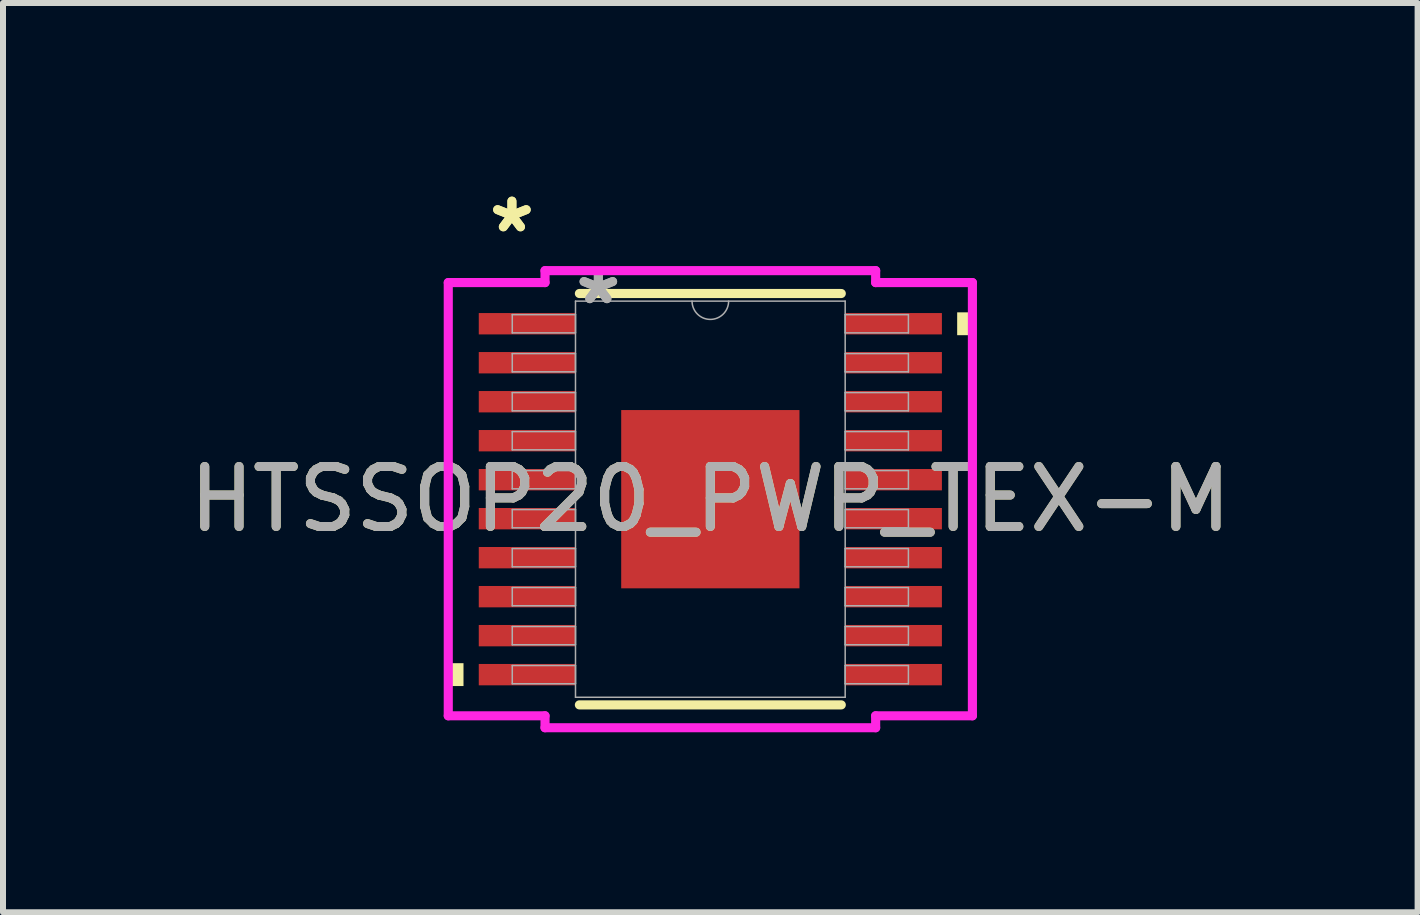
<source format=kicad_pcb>
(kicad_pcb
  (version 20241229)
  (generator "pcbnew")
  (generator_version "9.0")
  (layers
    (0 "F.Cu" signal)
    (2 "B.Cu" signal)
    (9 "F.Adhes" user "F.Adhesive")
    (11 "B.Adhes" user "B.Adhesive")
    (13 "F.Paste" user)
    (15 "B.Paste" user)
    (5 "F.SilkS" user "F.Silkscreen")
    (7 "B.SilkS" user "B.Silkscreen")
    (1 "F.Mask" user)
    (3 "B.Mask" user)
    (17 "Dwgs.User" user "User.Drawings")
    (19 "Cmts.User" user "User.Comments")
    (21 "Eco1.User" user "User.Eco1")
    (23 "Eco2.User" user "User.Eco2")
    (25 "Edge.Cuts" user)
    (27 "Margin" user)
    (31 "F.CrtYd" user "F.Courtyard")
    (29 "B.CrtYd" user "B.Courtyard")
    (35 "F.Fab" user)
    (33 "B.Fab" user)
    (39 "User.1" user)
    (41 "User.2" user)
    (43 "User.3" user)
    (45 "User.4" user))
  (footprint "HTSSOP20_PWP_TEX-M"
    (layer "F.Cu")
    (at 8.792 5.272)
    (property "Reference" "HTSSOP20_PWP_TEX-M" (at 0 0 0) (unlocked yes) (layer "F.SilkS") (effects (font (size 1 1) (thickness 0.15))))
    (attr smd)
    (fp_line (start -2.183 3.429) (end 2.183 3.429) (stroke (width 0.152) (type solid)) (layer "F.SilkS"))
    (fp_line (start 2.183 -3.429) (end -2.183 -3.429) (stroke (width 0.152) (type solid)) (layer "F.SilkS"))
    (fp_poly (pts (xy -4.369 2.734) (xy -4.369 3.115) (xy -4.115 3.115) (xy -4.115 2.734)) (stroke (width 0) (type solid)) (fill yes) (layer "F.SilkS"))
    (fp_poly (pts (xy 4.369 -3.115) (xy 4.369 -2.734) (xy 4.115 -2.734) (xy 4.115 -3.115)) (stroke (width 0) (type solid)) (fill yes) (layer "F.SilkS"))
    (fp_poly (pts (xy -1.386 -1.386) (xy -1.386 -0.1) (xy -0.1 -0.1) (xy -0.1 -1.386)) (stroke (width 0) (type solid)) (fill yes) (layer "F.Paste"))
    (fp_poly (pts (xy -1.386 0.1) (xy -1.386 1.386) (xy -0.1 1.386) (xy -0.1 0.1)) (stroke (width 0) (type solid)) (fill yes) (layer "F.Paste"))
    (fp_poly (pts (xy 0.1 -1.386) (xy 0.1 -0.1) (xy 1.386 -0.1) (xy 1.386 -1.386)) (stroke (width 0) (type solid)) (fill yes) (layer "F.Paste"))
    (fp_poly (pts (xy 0.1 0.1) (xy 0.1 1.386) (xy 1.386 1.386) (xy 1.386 0.1)) (stroke (width 0) (type solid)) (fill yes) (layer "F.Paste"))
    (fp_line (start -4.369 -3.611) (end -2.756 -3.611) (stroke (width 0.152) (type solid)) (layer "F.CrtYd"))
    (fp_line (start -4.369 3.611) (end -4.369 -3.611) (stroke (width 0.152) (type solid)) (layer "F.CrtYd"))
    (fp_line (start -4.369 3.611) (end -2.756 3.611) (stroke (width 0.152) (type solid)) (layer "F.CrtYd"))
    (fp_line (start -2.756 -3.81) (end 2.756 -3.81) (stroke (width 0.152) (type solid)) (layer "F.CrtYd"))
    (fp_line (start -2.756 -3.611) (end -2.756 -3.81) (stroke (width 0.152) (type solid)) (layer "F.CrtYd"))
    (fp_line (start -2.756 3.81) (end -2.756 3.611) (stroke (width 0.152) (type solid)) (layer "F.CrtYd"))
    (fp_line (start 2.756 -3.81) (end 2.756 -3.611) (stroke (width 0.152) (type solid)) (layer "F.CrtYd"))
    (fp_line (start 2.756 3.611) (end 2.756 3.81) (stroke (width 0.152) (type solid)) (layer "F.CrtYd"))
    (fp_line (start 2.756 3.81) (end -2.756 3.81) (stroke (width 0.152) (type solid)) (layer "F.CrtYd"))
    (fp_line (start 4.369 -3.611) (end 2.756 -3.611) (stroke (width 0.152) (type solid)) (layer "F.CrtYd"))
    (fp_line (start 4.369 -3.611) (end 4.369 3.611) (stroke (width 0.152) (type solid)) (layer "F.CrtYd"))
    (fp_line (start 4.369 3.611) (end 2.756 3.611) (stroke (width 0.152) (type solid)) (layer "F.CrtYd"))
    (fp_line (start -3.302 -3.077) (end -3.302 -2.773) (stroke (width 0.025) (type solid)) (layer "F.Fab"))
    (fp_line (start -3.302 -2.773) (end -2.248 -2.773) (stroke (width 0.025) (type solid)) (layer "F.Fab"))
    (fp_line (start -3.302 -2.427) (end -3.302 -2.123) (stroke (width 0.025) (type solid)) (layer "F.Fab"))
    (fp_line (start -3.302 -2.123) (end -2.248 -2.123) (stroke (width 0.025) (type solid)) (layer "F.Fab"))
    (fp_line (start -3.302 -1.777) (end -3.302 -1.473) (stroke (width 0.025) (type solid)) (layer "F.Fab"))
    (fp_line (start -3.302 -1.473) (end -2.248 -1.473) (stroke (width 0.025) (type solid)) (layer "F.Fab"))
    (fp_line (start -3.302 -1.127) (end -3.302 -0.823) (stroke (width 0.025) (type solid)) (layer "F.Fab"))
    (fp_line (start -3.302 -0.823) (end -2.248 -0.823) (stroke (width 0.025) (type solid)) (layer "F.Fab"))
    (fp_line (start -3.302 -0.477) (end -3.302 -0.173) (stroke (width 0.025) (type solid)) (layer "F.Fab"))
    (fp_line (start -3.302 -0.173) (end -2.248 -0.173) (stroke (width 0.025) (type solid)) (layer "F.Fab"))
    (fp_line (start -3.302 0.173) (end -3.302 0.477) (stroke (width 0.025) (type solid)) (layer "F.Fab"))
    (fp_line (start -3.302 0.477) (end -2.248 0.477) (stroke (width 0.025) (type solid)) (layer "F.Fab"))
    (fp_line (start -3.302 0.823) (end -3.302 1.127) (stroke (width 0.025) (type solid)) (layer "F.Fab"))
    (fp_line (start -3.302 1.127) (end -2.248 1.127) (stroke (width 0.025) (type solid)) (layer "F.Fab"))
    (fp_line (start -3.302 1.473) (end -3.302 1.777) (stroke (width 0.025) (type solid)) (layer "F.Fab"))
    (fp_line (start -3.302 1.777) (end -2.248 1.777) (stroke (width 0.025) (type solid)) (layer "F.Fab"))
    (fp_line (start -3.302 2.123) (end -3.302 2.427) (stroke (width 0.025) (type solid)) (layer "F.Fab"))
    (fp_line (start -3.302 2.427) (end -2.248 2.427) (stroke (width 0.025) (type solid)) (layer "F.Fab"))
    (fp_line (start -3.302 2.773) (end -3.302 3.077) (stroke (width 0.025) (type solid)) (layer "F.Fab"))
    (fp_line (start -3.302 3.077) (end -2.248 3.077) (stroke (width 0.025) (type solid)) (layer "F.Fab"))
    (fp_line (start -2.248 -3.302) (end -2.248 3.302) (stroke (width 0.025) (type solid)) (layer "F.Fab"))
    (fp_line (start -2.248 -3.077) (end -3.302 -3.077) (stroke (width 0.025) (type solid)) (layer "F.Fab"))
    (fp_line (start -2.248 -2.773) (end -2.248 -3.077) (stroke (width 0.025) (type solid)) (layer "F.Fab"))
    (fp_line (start -2.248 -2.427) (end -3.302 -2.427) (stroke (width 0.025) (type solid)) (layer "F.Fab"))
    (fp_line (start -2.248 -2.123) (end -2.248 -2.427) (stroke (width 0.025) (type solid)) (layer "F.Fab"))
    (fp_line (start -2.248 -1.777) (end -3.302 -1.777) (stroke (width 0.025) (type solid)) (layer "F.Fab"))
    (fp_line (start -2.248 -1.473) (end -2.248 -1.777) (stroke (width 0.025) (type solid)) (layer "F.Fab"))
    (fp_line (start -2.248 -1.127) (end -3.302 -1.127) (stroke (width 0.025) (type solid)) (layer "F.Fab"))
    (fp_line (start -2.248 -0.823) (end -2.248 -1.127) (stroke (width 0.025) (type solid)) (layer "F.Fab"))
    (fp_line (start -2.248 -0.477) (end -3.302 -0.477) (stroke (width 0.025) (type solid)) (layer "F.Fab"))
    (fp_line (start -2.248 -0.173) (end -2.248 -0.477) (stroke (width 0.025) (type solid)) (layer "F.Fab"))
    (fp_line (start -2.248 0.173) (end -3.302 0.173) (stroke (width 0.025) (type solid)) (layer "F.Fab"))
    (fp_line (start -2.248 0.477) (end -2.248 0.173) (stroke (width 0.025) (type solid)) (layer "F.Fab"))
    (fp_line (start -2.248 0.823) (end -3.302 0.823) (stroke (width 0.025) (type solid)) (layer "F.Fab"))
    (fp_line (start -2.248 1.127) (end -2.248 0.823) (stroke (width 0.025) (type solid)) (layer "F.Fab"))
    (fp_line (start -2.248 1.473) (end -3.302 1.473) (stroke (width 0.025) (type solid)) (layer "F.Fab"))
    (fp_line (start -2.248 1.777) (end -2.248 1.473) (stroke (width 0.025) (type solid)) (layer "F.Fab"))
    (fp_line (start -2.248 2.123) (end -3.302 2.123) (stroke (width 0.025) (type solid)) (layer "F.Fab"))
    (fp_line (start -2.248 2.427) (end -2.248 2.123) (stroke (width 0.025) (type solid)) (layer "F.Fab"))
    (fp_line (start -2.248 2.773) (end -3.302 2.773) (stroke (width 0.025) (type solid)) (layer "F.Fab"))
    (fp_line (start -2.248 3.077) (end -2.248 2.773) (stroke (width 0.025) (type solid)) (layer "F.Fab"))
    (fp_line (start -2.248 3.302) (end 2.248 3.302) (stroke (width 0.025) (type solid)) (layer "F.Fab"))
    (fp_line (start 2.248 -3.302) (end -2.248 -3.302) (stroke (width 0.025) (type solid)) (layer "F.Fab"))
    (fp_line (start 2.248 -3.077) (end 2.248 -2.773) (stroke (width 0.025) (type solid)) (layer "F.Fab"))
    (fp_line (start 2.248 -2.773) (end 3.302 -2.773) (stroke (width 0.025) (type solid)) (layer "F.Fab"))
    (fp_line (start 2.248 -2.427) (end 2.248 -2.123) (stroke (width 0.025) (type solid)) (layer "F.Fab"))
    (fp_line (start 2.248 -2.123) (end 3.302 -2.123) (stroke (width 0.025) (type solid)) (layer "F.Fab"))
    (fp_line (start 2.248 -1.777) (end 2.248 -1.473) (stroke (width 0.025) (type solid)) (layer "F.Fab"))
    (fp_line (start 2.248 -1.473) (end 3.302 -1.473) (stroke (width 0.025) (type solid)) (layer "F.Fab"))
    (fp_line (start 2.248 -1.127) (end 2.248 -0.823) (stroke (width 0.025) (type solid)) (layer "F.Fab"))
    (fp_line (start 2.248 -0.823) (end 3.302 -0.823) (stroke (width 0.025) (type solid)) (layer "F.Fab"))
    (fp_line (start 2.248 -0.477) (end 2.248 -0.173) (stroke (width 0.025) (type solid)) (layer "F.Fab"))
    (fp_line (start 2.248 -0.173) (end 3.302 -0.173) (stroke (width 0.025) (type solid)) (layer "F.Fab"))
    (fp_line (start 2.248 0.173) (end 2.248 0.477) (stroke (width 0.025) (type solid)) (layer "F.Fab"))
    (fp_line (start 2.248 0.477) (end 3.302 0.477) (stroke (width 0.025) (type solid)) (layer "F.Fab"))
    (fp_line (start 2.248 0.823) (end 2.248 1.127) (stroke (width 0.025) (type solid)) (layer "F.Fab"))
    (fp_line (start 2.248 1.127) (end 3.302 1.127) (stroke (width 0.025) (type solid)) (layer "F.Fab"))
    (fp_line (start 2.248 1.473) (end 2.248 1.777) (stroke (width 0.025) (type solid)) (layer "F.Fab"))
    (fp_line (start 2.248 1.777) (end 3.302 1.777) (stroke (width 0.025) (type solid)) (layer "F.Fab"))
    (fp_line (start 2.248 2.123) (end 2.248 2.427) (stroke (width 0.025) (type solid)) (layer "F.Fab"))
    (fp_line (start 2.248 2.427) (end 3.302 2.427) (stroke (width 0.025) (type solid)) (layer "F.Fab"))
    (fp_line (start 2.248 2.773) (end 2.248 3.077) (stroke (width 0.025) (type solid)) (layer "F.Fab"))
    (fp_line (start 2.248 3.077) (end 3.302 3.077) (stroke (width 0.025) (type solid)) (layer "F.Fab"))
    (fp_line (start 2.248 3.302) (end 2.248 -3.302) (stroke (width 0.025) (type solid)) (layer "F.Fab"))
    (fp_line (start 3.302 -3.077) (end 2.248 -3.077) (stroke (width 0.025) (type solid)) (layer "F.Fab"))
    (fp_line (start 3.302 -2.773) (end 3.302 -3.077) (stroke (width 0.025) (type solid)) (layer "F.Fab"))
    (fp_line (start 3.302 -2.427) (end 2.248 -2.427) (stroke (width 0.025) (type solid)) (layer "F.Fab"))
    (fp_line (start 3.302 -2.123) (end 3.302 -2.427) (stroke (width 0.025) (type solid)) (layer "F.Fab"))
    (fp_line (start 3.302 -1.777) (end 2.248 -1.777) (stroke (width 0.025) (type solid)) (layer "F.Fab"))
    (fp_line (start 3.302 -1.473) (end 3.302 -1.777) (stroke (width 0.025) (type solid)) (layer "F.Fab"))
    (fp_line (start 3.302 -1.127) (end 2.248 -1.127) (stroke (width 0.025) (type solid)) (layer "F.Fab"))
    (fp_line (start 3.302 -0.823) (end 3.302 -1.127) (stroke (width 0.025) (type solid)) (layer "F.Fab"))
    (fp_line (start 3.302 -0.477) (end 2.248 -0.477) (stroke (width 0.025) (type solid)) (layer "F.Fab"))
    (fp_line (start 3.302 -0.173) (end 3.302 -0.477) (stroke (width 0.025) (type solid)) (layer "F.Fab"))
    (fp_line (start 3.302 0.173) (end 2.248 0.173) (stroke (width 0.025) (type solid)) (layer "F.Fab"))
    (fp_line (start 3.302 0.477) (end 3.302 0.173) (stroke (width 0.025) (type solid)) (layer "F.Fab"))
    (fp_line (start 3.302 0.823) (end 2.248 0.823) (stroke (width 0.025) (type solid)) (layer "F.Fab"))
    (fp_line (start 3.302 1.127) (end 3.302 0.823) (stroke (width 0.025) (type solid)) (layer "F.Fab"))
    (fp_line (start 3.302 1.473) (end 2.248 1.473) (stroke (width 0.025) (type solid)) (layer "F.Fab"))
    (fp_line (start 3.302 1.777) (end 3.302 1.473) (stroke (width 0.025) (type solid)) (layer "F.Fab"))
    (fp_line (start 3.302 2.123) (end 2.248 2.123) (stroke (width 0.025) (type solid)) (layer "F.Fab"))
    (fp_line (start 3.302 2.427) (end 3.302 2.123) (stroke (width 0.025) (type solid)) (layer "F.Fab"))
    (fp_line (start 3.302 2.773) (end 2.248 2.773) (stroke (width 0.025) (type solid)) (layer "F.Fab"))
    (fp_line (start 3.302 3.077) (end 3.302 2.773) (stroke (width 0.025) (type solid)) (layer "F.Fab"))
    (fp_arc (start 0.3048 -3.302) (mid 0 -2.9972) (end -0.3048 -3.302) (stroke (width 0.0254) (type solid)) (layer "F.Fab"))
    (fp_text user "*" (at -3.308 -4.424 0) (unlocked yes) (layer "F.SilkS") (effects (font (size 1 1) (thickness 0.15))))
    (fp_text user "*" (at -3.308 -4.424 0) (layer "F.SilkS") (effects (font (size 1 1) (thickness 0.15))))
    (fp_text user "*" (at -1.867 -3.226 0) (unlocked yes) (layer "F.Fab") (effects (font (size 1 1) (thickness 0.15))))
    (fp_text user "*" (at -1.867 -3.226 0) (layer "F.Fab") (effects (font (size 1 1) (thickness 0.15))))
    (fp_text user "${REFERENCE}" (at 0 0 0) (unlocked yes) (layer "F.Fab") (effects (font (size 1 1) (thickness 0.15))))
    (pad "1" smd rect (at -3.054 -2.925) (size 1.613 0.356) (layers "F.Cu" "F.Mask" "F.Paste"))
    (pad "2" smd rect (at -3.054 -2.275) (size 1.613 0.356) (layers "F.Cu" "F.Mask" "F.Paste"))
    (pad "3" smd rect (at -3.054 -1.625) (size 1.613 0.356) (layers "F.Cu" "F.Mask" "F.Paste"))
    (pad "4" smd rect (at -3.054 -0.975) (size 1.613 0.356) (layers "F.Cu" "F.Mask" "F.Paste"))
    (pad "5" smd rect (at -3.054 -0.325) (size 1.613 0.356) (layers "F.Cu" "F.Mask" "F.Paste"))
    (pad "6" smd rect (at -3.054 0.325) (size 1.613 0.356) (layers "F.Cu" "F.Mask" "F.Paste"))
    (pad "7" smd rect (at -3.054 0.975) (size 1.613 0.356) (layers "F.Cu" "F.Mask" "F.Paste"))
    (pad "8" smd rect (at -3.054 1.625) (size 1.613 0.356) (layers "F.Cu" "F.Mask" "F.Paste"))
    (pad "9" smd rect (at -3.054 2.275) (size 1.613 0.356) (layers "F.Cu" "F.Mask" "F.Paste"))
    (pad "10" smd rect (at -3.054 2.925) (size 1.613 0.356) (layers "F.Cu" "F.Mask" "F.Paste"))
    (pad "11" smd rect (at 3.054 2.925) (size 1.613 0.356) (layers "F.Cu" "F.Mask" "F.Paste"))
    (pad "12" smd rect (at 3.054 2.275) (size 1.613 0.356) (layers "F.Cu" "F.Mask" "F.Paste"))
    (pad "13" smd rect (at 3.054 1.625) (size 1.613 0.356) (layers "F.Cu" "F.Mask" "F.Paste"))
    (pad "14" smd rect (at 3.054 0.975) (size 1.613 0.356) (layers "F.Cu" "F.Mask" "F.Paste"))
    (pad "15" smd rect (at 3.054 0.325) (size 1.613 0.356) (layers "F.Cu" "F.Mask" "F.Paste"))
    (pad "16" smd rect (at 3.054 -0.325) (size 1.613 0.356) (layers "F.Cu" "F.Mask" "F.Paste"))
    (pad "17" smd rect (at 3.054 -0.975) (size 1.613 0.356) (layers "F.Cu" "F.Mask" "F.Paste"))
    (pad "18" smd rect (at 3.054 -1.625) (size 1.613 0.356) (layers "F.Cu" "F.Mask" "F.Paste"))
    (pad "19" smd rect (at 3.054 -2.275) (size 1.613 0.356) (layers "F.Cu" "F.Mask" "F.Paste"))
    (pad "20" smd rect (at 3.054 -2.925) (size 1.613 0.356) (layers "F.Cu" "F.Mask" "F.Paste"))
    (pad "21" smd rect (at 0 0) (size 2.972 2.972) (layers "F.Cu" "F.Mask")))
  (gr_rect
    (start -3 -3)
    (end 20.583 12.158)
    (stroke (width 0.1) (type default))
    (fill no)
    (layer "Edge.Cuts")))
</source>
